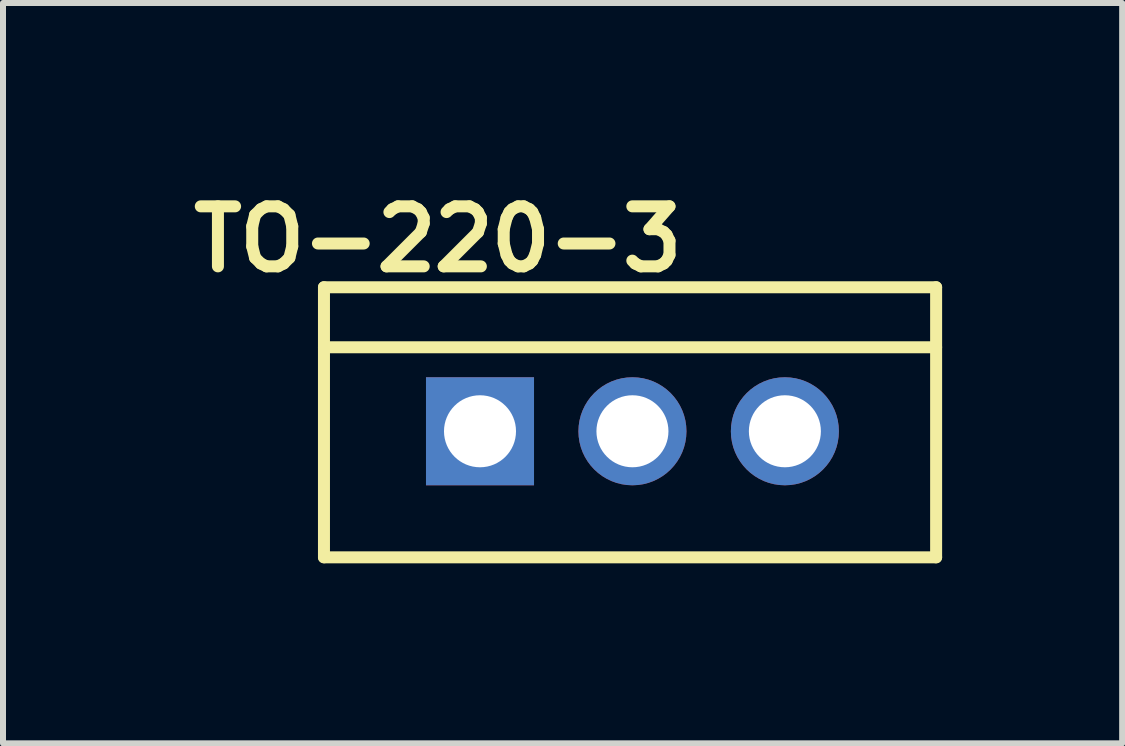
<source format=kicad_pcb>
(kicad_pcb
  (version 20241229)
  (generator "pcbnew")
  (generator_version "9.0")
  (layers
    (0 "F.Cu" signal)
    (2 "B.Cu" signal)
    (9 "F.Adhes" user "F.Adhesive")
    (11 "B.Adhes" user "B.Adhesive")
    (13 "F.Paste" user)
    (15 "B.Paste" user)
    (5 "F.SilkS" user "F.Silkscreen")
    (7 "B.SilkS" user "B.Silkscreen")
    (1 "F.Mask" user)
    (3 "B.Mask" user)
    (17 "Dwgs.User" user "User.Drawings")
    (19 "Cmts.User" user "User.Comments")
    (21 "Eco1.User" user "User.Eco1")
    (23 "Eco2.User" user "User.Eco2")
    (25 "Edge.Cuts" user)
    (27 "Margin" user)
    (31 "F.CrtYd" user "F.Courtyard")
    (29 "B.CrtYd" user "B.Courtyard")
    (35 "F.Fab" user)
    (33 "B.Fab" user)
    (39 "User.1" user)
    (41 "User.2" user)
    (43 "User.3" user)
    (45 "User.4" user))
  (footprint "TO-220-3"
    (layer "F.Cu")
    (at 4.948 4.136)
    (property "Reference" "TO-220-3" (at -0.7 -3.2 0) (layer "F.SilkS") (effects (font (size 1 1) (thickness 0.2))))
    (attr through_hole)
    (fp_line (start -2.6 -2.4) (end 7.6 -2.4) (stroke (width 0.2) (type solid)) (layer "F.SilkS"))
    (fp_line (start -2.6 2.1) (end -2.6 -2.4) (stroke (width 0.2) (type solid)) (layer "F.SilkS"))
    (fp_line (start 7.6 -2.4) (end 7.6 2.1) (stroke (width 0.2) (type solid)) (layer "F.SilkS"))
    (fp_line (start 7.6 -1.4) (end -2.6 -1.4) (stroke (width 0.2) (type solid)) (layer "F.SilkS"))
    (fp_line (start 7.6 2.1) (end -2.6 2.1) (stroke (width 0.2) (type solid)) (layer "F.SilkS"))
    (pad "1" thru_hole rect (at 0 0) (size 1.8 1.8) (drill 1.2) (layers "*.Cu" "*.Mask"))
    (pad "2" thru_hole circle (at 2.54 0) (size 1.8 1.8) (drill 1.2) (layers "*.Cu" "*.Mask"))
    (pad "3" thru_hole circle (at 5.08 0) (size 1.8 1.8) (drill 1.2) (layers "*.Cu" "*.Mask")))
  (gr_rect
    (start -3 -3)
    (end 15.648 9.336)
    (stroke (width 0.1) (type default))
    (fill no)
    (layer "Edge.Cuts")))
</source>
